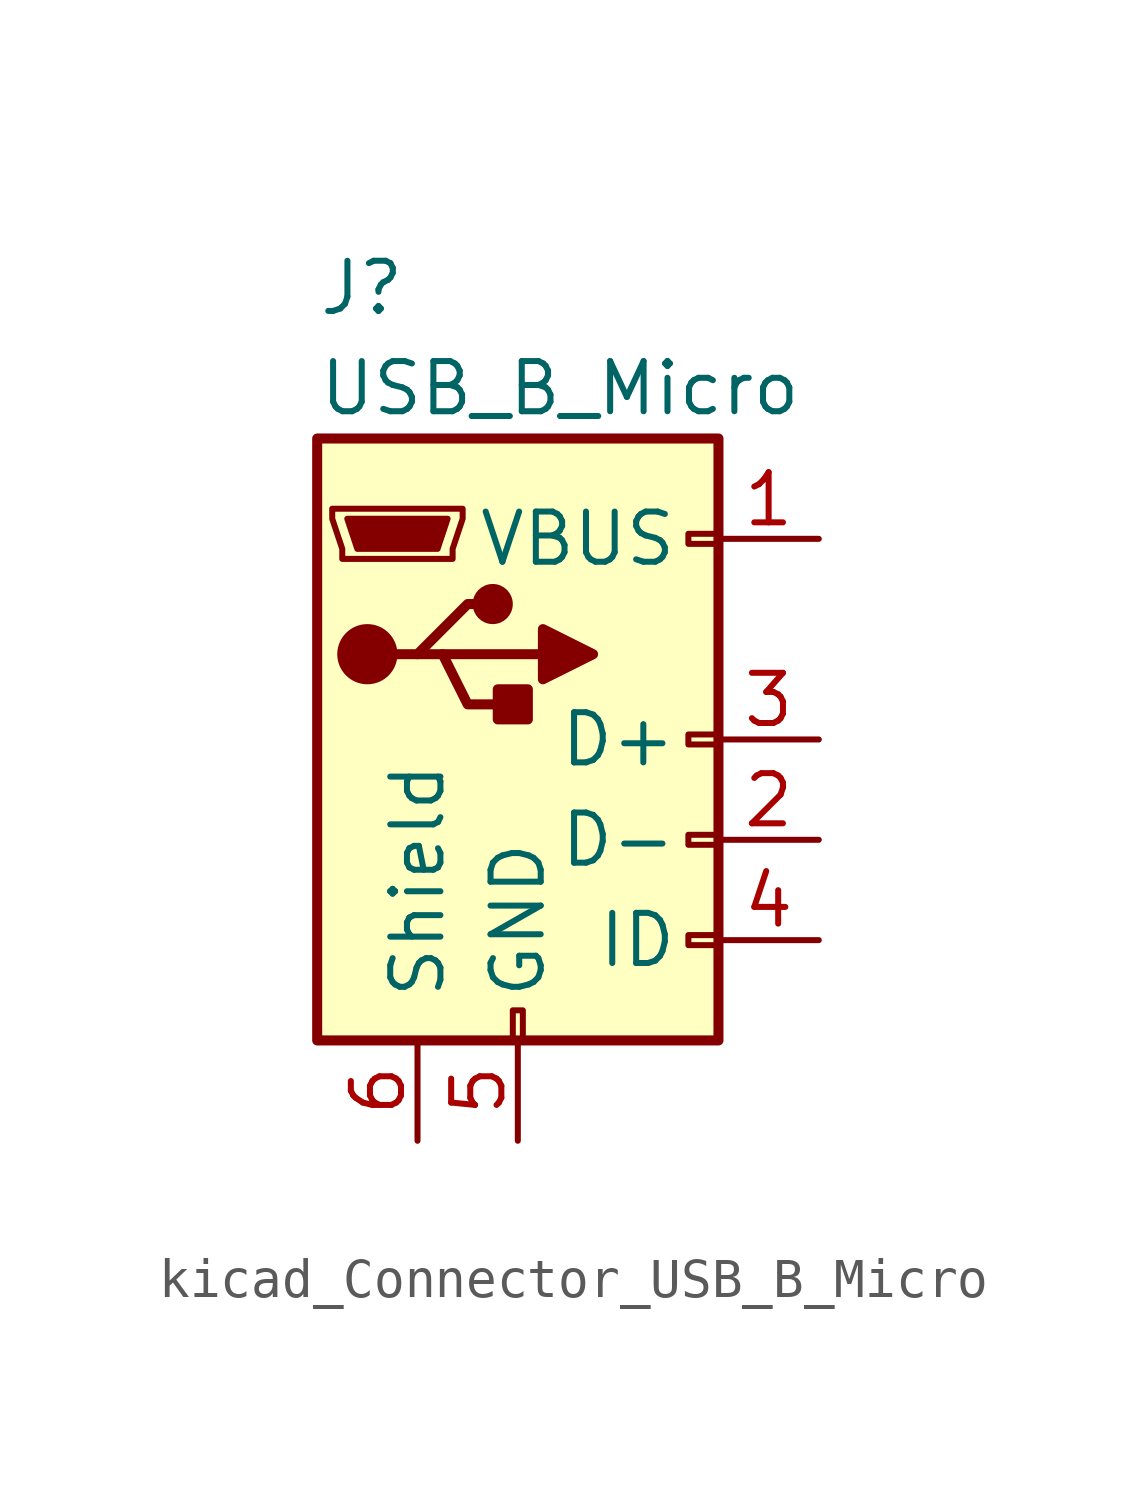
<source format=kicad_sym>
(kicad_symbol_lib
  (version 20220914)
  (generator kicad_symbol_editor)
  (symbol "kicad_Connector_USB_B_Micro"
    (pin_names
      (offset 1.016))
    (property "Reference" "J"
      (at -5.08 11.43 0)
      (effects (font (size 1.27 1.27)) (justify left)))
    (property "Value" "USB_B_Micro"
      (at -5.08 8.89 0)
      (effects (font (size 1.27 1.27)) (justify left)))
    (symbol "kicad_Connector_USB_B_Micro_0_1"
      (rectangle (start -5.08 -7.62) (end 5.08 7.62) (stroke (width 0.254) (type default)) (fill (type background)))
      (circle (center -3.81 2.159) (radius 0.635) (stroke (width 0.254) (type default)) (fill (type outline)))
      (circle (center -0.635 3.429) (radius 0.381) (stroke (width 0.254) (type default)) (fill (type outline)))
      (rectangle (start -0.127 -7.62) (end 0.127 -6.858) (stroke (width 0) (type default)) (fill (type none)))
      (polyline (pts (xy -1.905 2.159) (xy 0.635 2.159)) (stroke (width 0.254) (type default)) (fill (type none)))
      (polyline (pts (xy -3.175 2.159) (xy -2.54 2.159) (xy -1.27 3.429) (xy -0.635 3.429)) (stroke (width 0.254) (type default)) (fill (type none)))
      (polyline (pts (xy -2.54 2.159) (xy -1.905 2.159) (xy -1.27 0.889) (xy 0 0.889)) (stroke (width 0.254) (type default)) (fill (type none)))
      (polyline (pts (xy 0.635 2.794) (xy 0.635 1.524) (xy 1.905 2.159) (xy 0.635 2.794)) (stroke (width 0.254) (type default)) (fill (type outline)))
      (polyline (pts (xy -4.318 5.588) (xy -1.778 5.588) (xy -2.032 4.826) (xy -4.064 4.826) (xy -4.318 5.588)) (stroke (width 0) (type default)) (fill (type outline)))
      (polyline (pts (xy -4.699 5.842) (xy -4.699 5.588) (xy -4.445 4.826) (xy -4.445 4.572) (xy -1.651 4.572) (xy -1.651 4.826) (xy -1.397 5.588) (xy -1.397 5.842) (xy -4.699 5.842)) (stroke (width 0) (type default)) (fill (type none)))
      (rectangle (start 0.254 1.27) (end -0.508 0.508) (stroke (width 0.254) (type default)) (fill (type outline)))
      (rectangle (start 5.08 -5.207) (end 4.318 -4.953) (stroke (width 0) (type default)) (fill (type none)))
      (rectangle (start 5.08 -2.667) (end 4.318 -2.413) (stroke (width 0) (type default)) (fill (type none)))
      (rectangle (start 5.08 -0.127) (end 4.318 0.127) (stroke (width 0) (type default)) (fill (type none)))
      (rectangle (start 5.08 4.953) (end 4.318 5.207) (stroke (width 0) (type default)) (fill (type none))))
    (symbol "kicad_Connector_USB_B_Micro_1_1"
      (pin power_out line (at 7.62 5.08 180) (length 2.54) (name "VBUS" (effects (font (size 1.27 1.27)))) (number "1" (effects (font (size 1.27 1.27)))))
      (pin bidirectional line (at 7.62 -2.54 180) (length 2.54) (name "D-" (effects (font (size 1.27 1.27)))) (number "2" (effects (font (size 1.27 1.27)))))
      (pin bidirectional line (at 7.62 0 180) (length 2.54) (name "D+" (effects (font (size 1.27 1.27)))) (number "3" (effects (font (size 1.27 1.27)))))
      (pin passive line (at 7.62 -5.08 180) (length 2.54) (name "ID" (effects (font (size 1.27 1.27)))) (number "4" (effects (font (size 1.27 1.27)))))
      (pin power_out line (at 0 -10.16 90) (length 2.54) (name "GND" (effects (font (size 1.27 1.27)))) (number "5" (effects (font (size 1.27 1.27)))))
      (pin passive line (at -2.54 -10.16 90) (length 2.54) (name "Shield" (effects (font (size 1.27 1.27)))) (number "6" (effects (font (size 1.27 1.27))))))))
</source>
